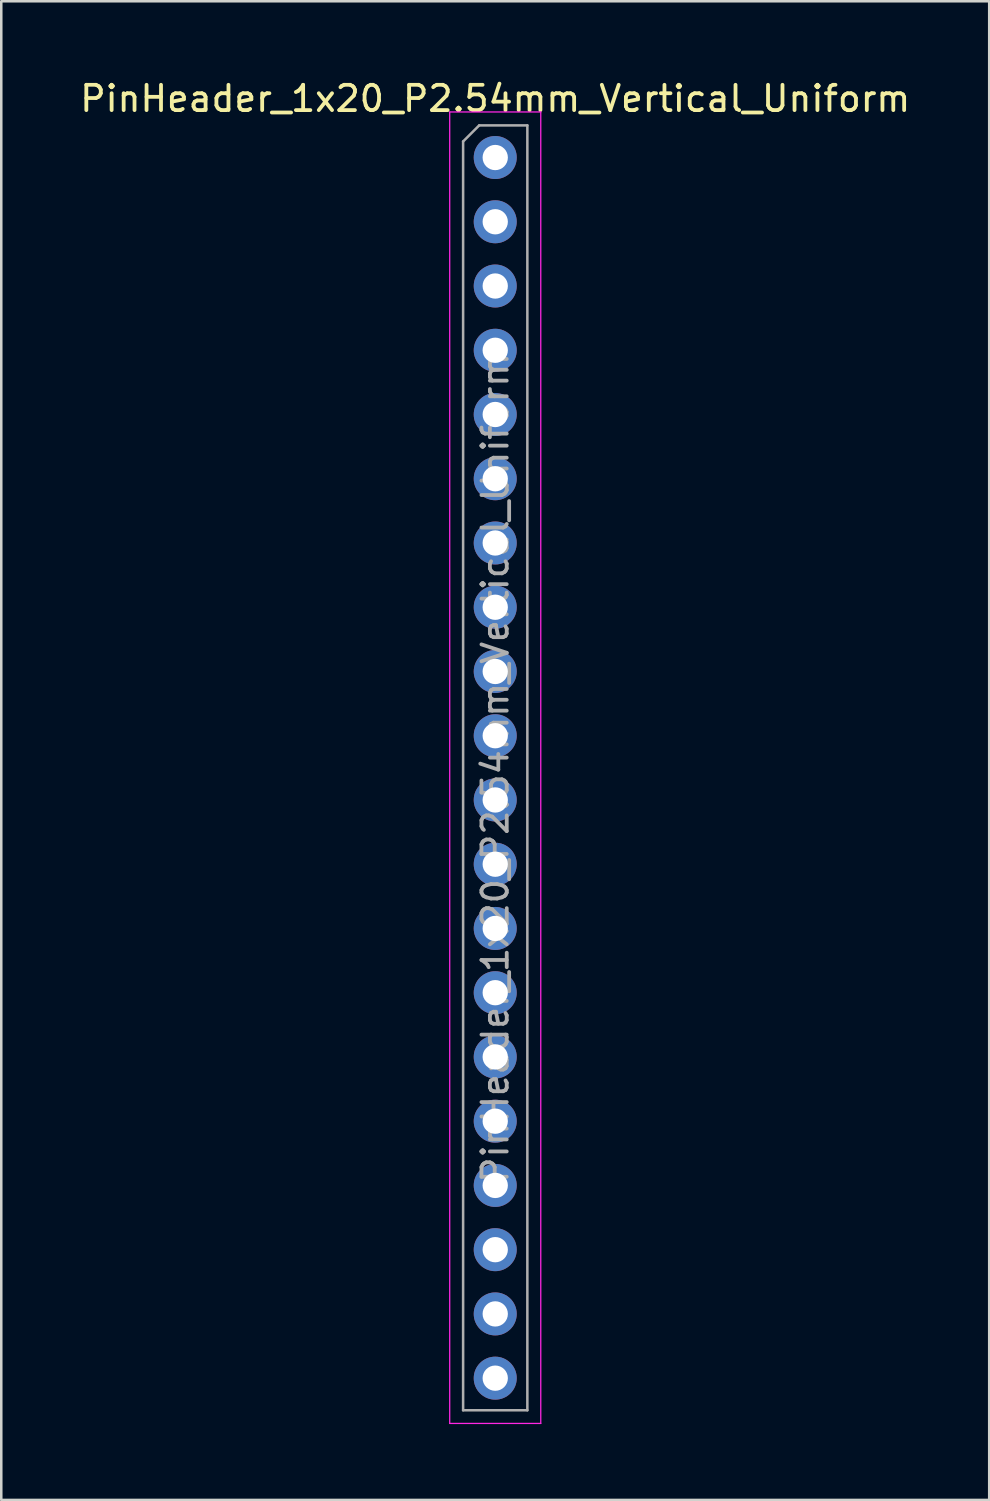
<source format=kicad_pcb>
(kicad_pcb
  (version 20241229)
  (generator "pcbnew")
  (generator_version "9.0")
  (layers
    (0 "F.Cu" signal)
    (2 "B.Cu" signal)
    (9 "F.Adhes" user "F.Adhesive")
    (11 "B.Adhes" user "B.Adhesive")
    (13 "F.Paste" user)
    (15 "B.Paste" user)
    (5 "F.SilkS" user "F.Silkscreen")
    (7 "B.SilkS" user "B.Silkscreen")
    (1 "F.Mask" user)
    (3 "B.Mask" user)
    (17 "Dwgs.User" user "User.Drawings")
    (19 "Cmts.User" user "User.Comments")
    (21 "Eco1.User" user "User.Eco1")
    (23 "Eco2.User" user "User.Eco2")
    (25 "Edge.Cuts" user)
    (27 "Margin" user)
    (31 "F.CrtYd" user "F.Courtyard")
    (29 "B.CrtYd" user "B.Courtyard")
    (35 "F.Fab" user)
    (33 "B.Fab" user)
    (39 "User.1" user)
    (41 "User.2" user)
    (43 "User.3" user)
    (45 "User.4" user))
  (footprint "PinHeader_1x20_P2.54mm_Vertical_Uniform"
    (layer "F.Cu")
    (at 16.53 3.178)
    (property "Reference" "PinHeader_1x20_P2.54mm_Vertical_Uniform" (at 0 -2.33 0) (layer "F.SilkS") (effects (font (size 1 1) (thickness 0.15))))
    (attr through_hole)
    (fp_line (start -1.8 -1.8) (end -1.8 50.05) (stroke (width 0.05) (type solid)) (layer "F.CrtYd"))
    (fp_line (start -1.8 50.05) (end 1.8 50.05) (stroke (width 0.05) (type solid)) (layer "F.CrtYd"))
    (fp_line (start 1.8 -1.8) (end -1.8 -1.8) (stroke (width 0.05) (type solid)) (layer "F.CrtYd"))
    (fp_line (start 1.8 50.05) (end 1.8 -1.8) (stroke (width 0.05) (type solid)) (layer "F.CrtYd"))
    (fp_line (start -1.27 -0.635) (end -0.635 -1.27) (stroke (width 0.1) (type solid)) (layer "F.Fab"))
    (fp_line (start -1.27 49.53) (end -1.27 -0.635) (stroke (width 0.1) (type solid)) (layer "F.Fab"))
    (fp_line (start -0.635 -1.27) (end 1.27 -1.27) (stroke (width 0.1) (type solid)) (layer "F.Fab"))
    (fp_line (start 1.27 -1.27) (end 1.27 49.53) (stroke (width 0.1) (type solid)) (layer "F.Fab"))
    (fp_line (start 1.27 49.53) (end -1.27 49.53) (stroke (width 0.1) (type solid)) (layer "F.Fab"))
    (fp_text user "${REFERENCE}" (at 0 24.13 90) (layer "F.Fab") (effects (font (size 1 1) (thickness 0.15))))
    (pad "1" thru_hole oval (at 0 0) (size 1.7 1.7) (drill 1) (layers "*.Cu" "*.Mask"))
    (pad "2" thru_hole oval (at 0 2.54) (size 1.7 1.7) (drill 1) (layers "*.Cu" "*.Mask"))
    (pad "3" thru_hole oval (at 0 5.08) (size 1.7 1.7) (drill 1) (layers "*.Cu" "*.Mask"))
    (pad "4" thru_hole oval (at 0 7.62) (size 1.7 1.7) (drill 1) (layers "*.Cu" "*.Mask"))
    (pad "5" thru_hole oval (at 0 10.16) (size 1.7 1.7) (drill 1) (layers "*.Cu" "*.Mask"))
    (pad "6" thru_hole oval (at 0 12.7) (size 1.7 1.7) (drill 1) (layers "*.Cu" "*.Mask"))
    (pad "7" thru_hole oval (at 0 15.24) (size 1.7 1.7) (drill 1) (layers "*.Cu" "*.Mask"))
    (pad "8" thru_hole oval (at 0 17.78) (size 1.7 1.7) (drill 1) (layers "*.Cu" "*.Mask"))
    (pad "9" thru_hole oval (at 0 20.32) (size 1.7 1.7) (drill 1) (layers "*.Cu" "*.Mask"))
    (pad "10" thru_hole oval (at 0 22.86) (size 1.7 1.7) (drill 1) (layers "*.Cu" "*.Mask"))
    (pad "11" thru_hole oval (at 0 25.4) (size 1.7 1.7) (drill 1) (layers "*.Cu" "*.Mask"))
    (pad "12" thru_hole oval (at 0 27.94) (size 1.7 1.7) (drill 1) (layers "*.Cu" "*.Mask"))
    (pad "13" thru_hole oval (at 0 30.48) (size 1.7 1.7) (drill 1) (layers "*.Cu" "*.Mask"))
    (pad "14" thru_hole oval (at 0 33.02) (size 1.7 1.7) (drill 1) (layers "*.Cu" "*.Mask"))
    (pad "15" thru_hole oval (at 0 35.56) (size 1.7 1.7) (drill 1) (layers "*.Cu" "*.Mask"))
    (pad "16" thru_hole oval (at 0 38.1) (size 1.7 1.7) (drill 1) (layers "*.Cu" "*.Mask"))
    (pad "17" thru_hole oval (at 0 40.64) (size 1.7 1.7) (drill 1) (layers "*.Cu" "*.Mask"))
    (pad "18" thru_hole oval (at 0 43.18) (size 1.7 1.7) (drill 1) (layers "*.Cu" "*.Mask"))
    (pad "19" thru_hole oval (at 0 45.72) (size 1.7 1.7) (drill 1) (layers "*.Cu" "*.Mask"))
    (pad "20" thru_hole oval (at 0 48.26) (size 1.7 1.7) (drill 1) (layers "*.Cu" "*.Mask")))
  (gr_rect
    (start -3 -3)
    (end 36.06 56.253)
    (stroke (width 0.1) (type default))
    (fill no)
    (layer "Edge.Cuts")))
</source>
